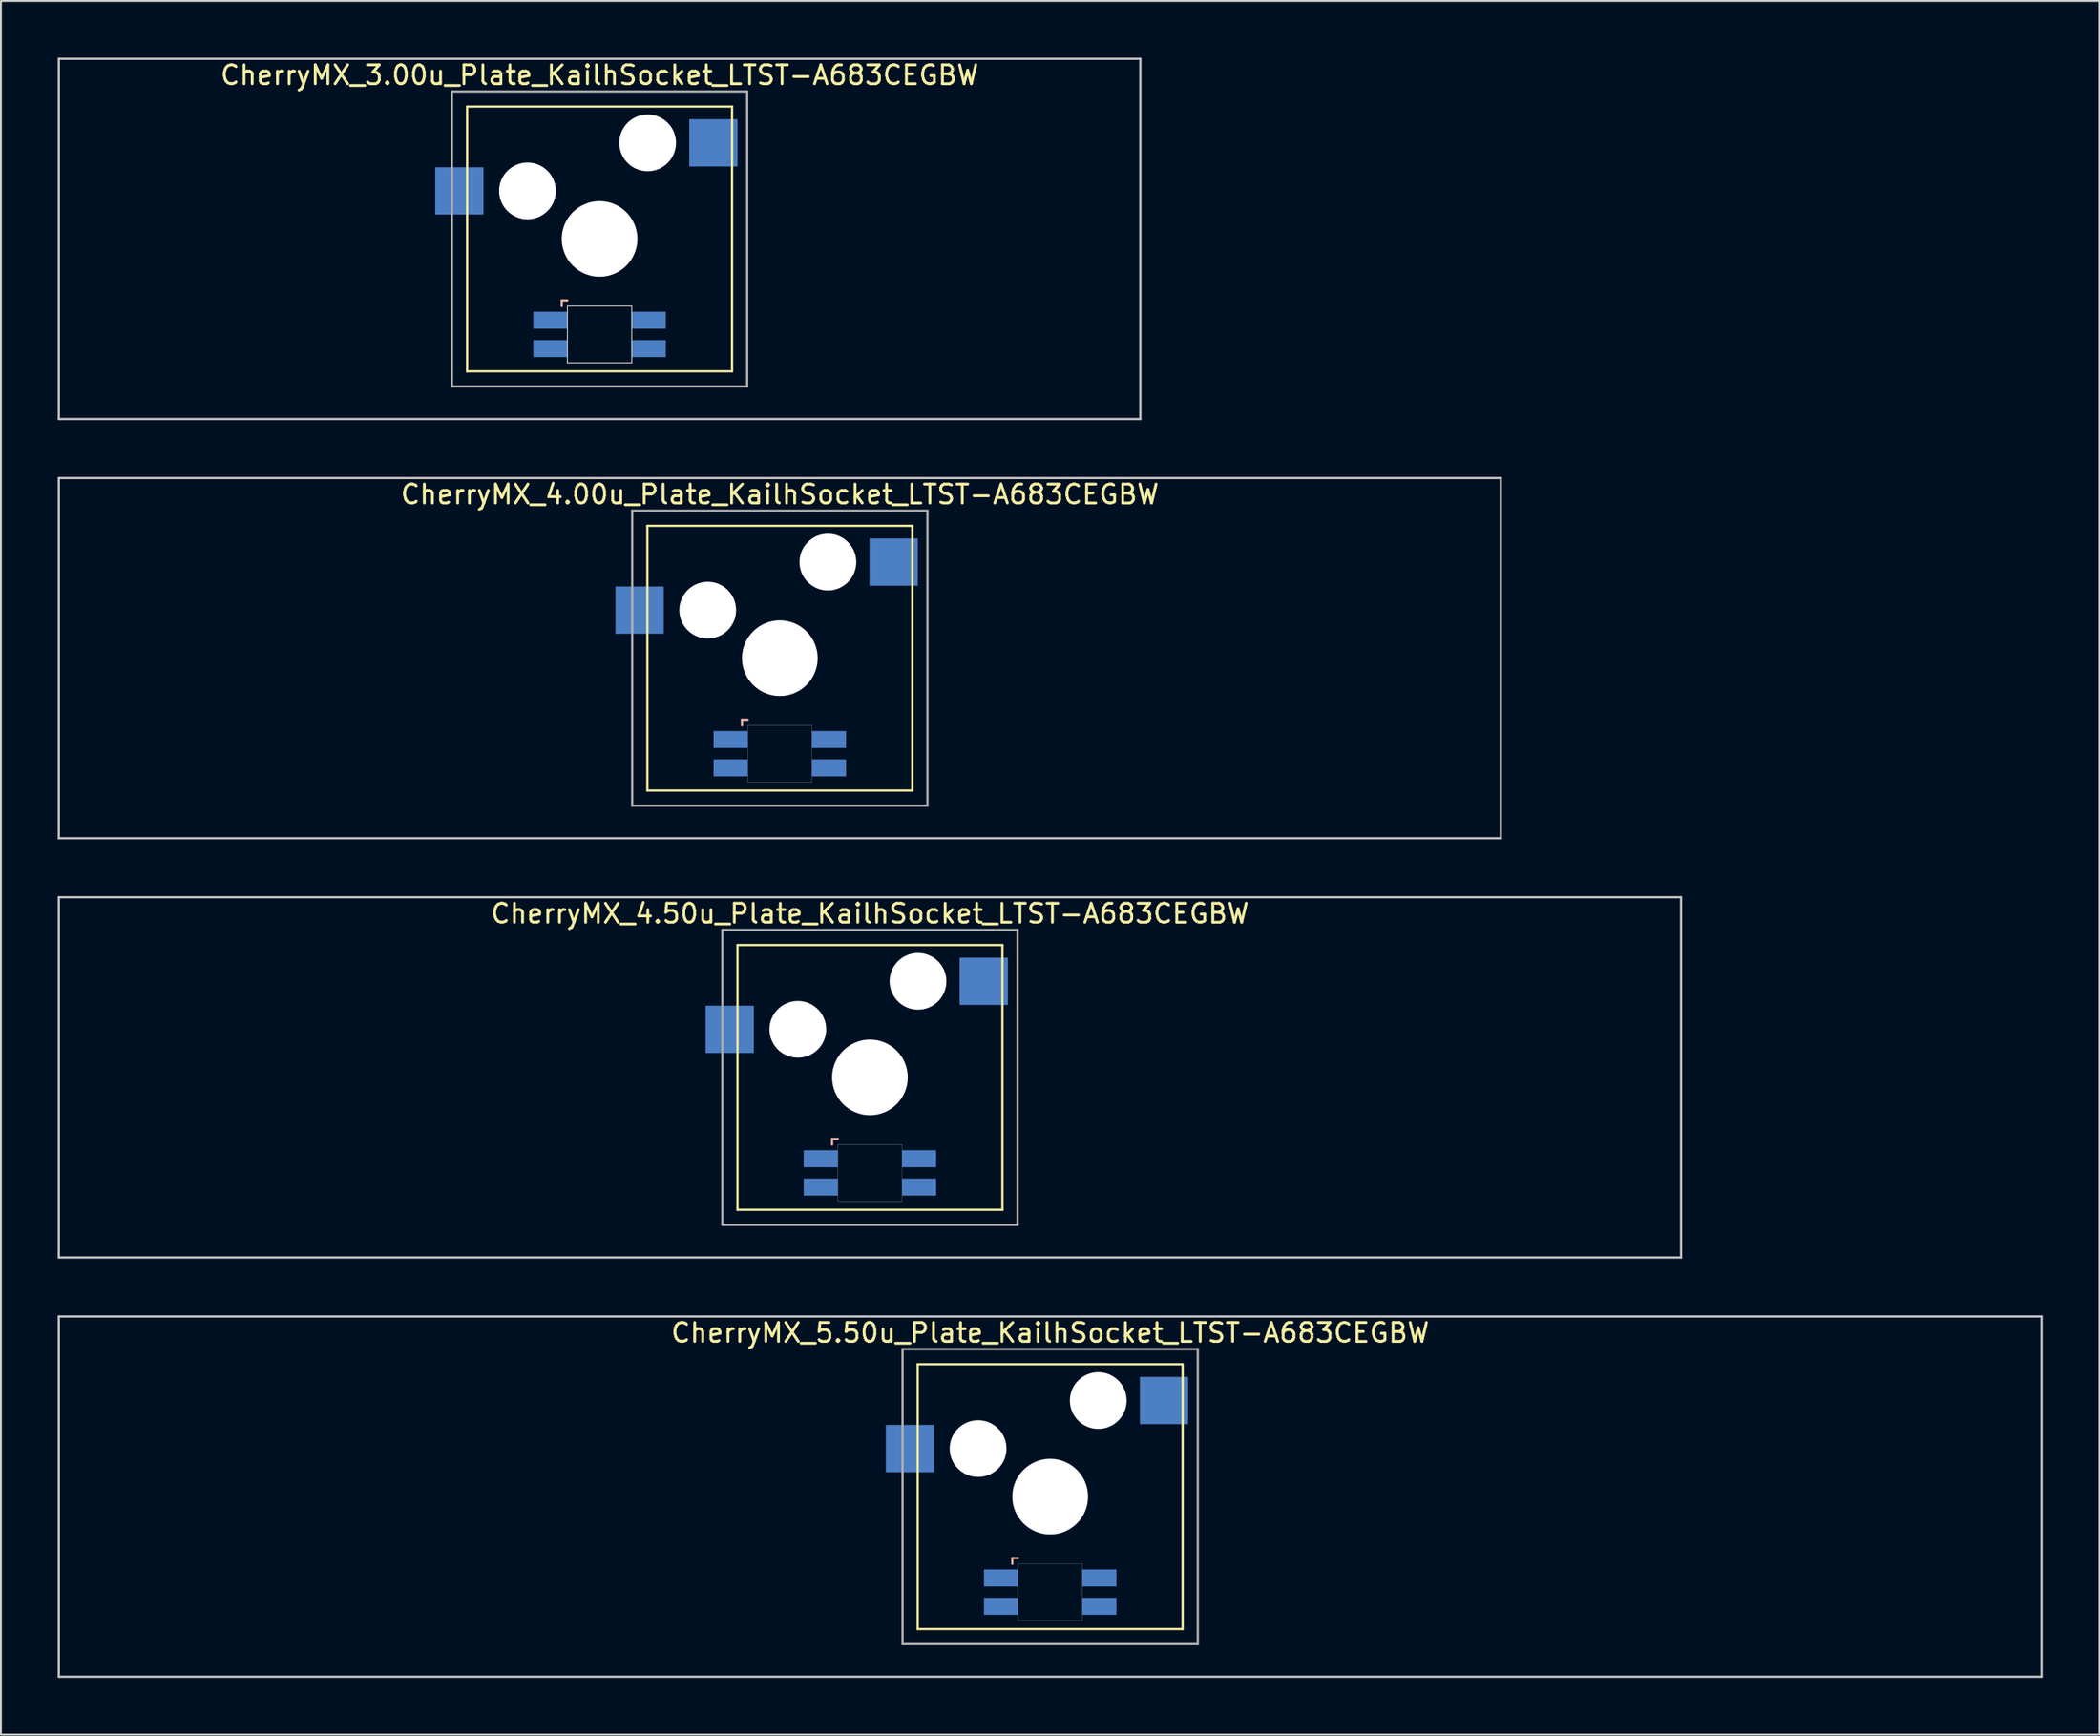
<source format=kicad_pcb>
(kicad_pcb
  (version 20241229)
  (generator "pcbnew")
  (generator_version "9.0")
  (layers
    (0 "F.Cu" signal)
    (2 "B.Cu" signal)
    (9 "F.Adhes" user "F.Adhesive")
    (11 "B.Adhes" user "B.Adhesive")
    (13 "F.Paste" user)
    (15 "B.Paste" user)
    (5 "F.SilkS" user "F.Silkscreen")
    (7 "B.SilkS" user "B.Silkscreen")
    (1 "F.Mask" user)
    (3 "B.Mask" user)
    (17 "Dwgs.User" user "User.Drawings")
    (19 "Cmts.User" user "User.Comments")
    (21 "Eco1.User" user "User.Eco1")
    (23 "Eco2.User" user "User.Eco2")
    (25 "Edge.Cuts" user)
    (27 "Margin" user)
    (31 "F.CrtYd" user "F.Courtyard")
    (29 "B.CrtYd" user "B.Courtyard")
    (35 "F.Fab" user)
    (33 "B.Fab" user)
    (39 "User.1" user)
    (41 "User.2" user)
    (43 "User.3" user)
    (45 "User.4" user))
  (footprint "CherryMX_3.00u_Plate_KailhSocket_LTST-A683CEGBW"
    (layer "F.Cu")
    (at 28.635 9.585)
    (property "Reference" "CherryMX_3.00u_Plate_KailhSocket_LTST-A683CEGBW" (at 0 -8.662 0) (layer "F.SilkS") (effects (font (size 1 1) (thickness 0.15))))
    (attr through_hole)
    (fp_line (start -7 -7) (end -7 7) (stroke (width 0.12) (type solid)) (layer "F.SilkS"))
    (fp_line (start -7 -7) (end 7 -7) (stroke (width 0.12) (type solid)) (layer "F.SilkS"))
    (fp_line (start 7 -7) (end 7 7) (stroke (width 0.12) (type solid)) (layer "F.SilkS"))
    (fp_line (start 7 7) (end -7 7) (stroke (width 0.12) (type solid)) (layer "F.SilkS"))
    (fp_line (start -2 3.25) (end -2 3.55) (stroke (width 0.12) (type solid)) (layer "B.SilkS"))
    (fp_line (start -1.7 3.25) (end -2 3.25) (stroke (width 0.12) (type solid)) (layer "B.SilkS"))
    (fp_line (start -28.575 -9.525) (end 28.575 -9.525) (stroke (width 0.12) (type solid)) (layer "Dwgs.User"))
    (fp_line (start -28.575 9.525) (end -28.575 -9.525) (stroke (width 0.12) (type solid)) (layer "Dwgs.User"))
    (fp_line (start 28.575 -9.525) (end 28.575 9.525) (stroke (width 0.12) (type solid)) (layer "Dwgs.User"))
    (fp_line (start 28.575 9.525) (end -28.575 9.525) (stroke (width 0.12) (type solid)) (layer "Dwgs.User"))
    (fp_line (start -1.7 3.55) (end 1.7 3.55) (stroke (width 0.05) (type solid)) (layer "Edge.Cuts"))
    (fp_line (start -1.7 6.55) (end -1.7 3.55) (stroke (width 0.05) (type solid)) (layer "Edge.Cuts"))
    (fp_line (start 1.7 3.55) (end 1.7 6.55) (stroke (width 0.05) (type solid)) (layer "Edge.Cuts"))
    (fp_line (start 1.7 6.55) (end -1.7 6.55) (stroke (width 0.05) (type solid)) (layer "Edge.Cuts"))
    (fp_line (start -7.8 -7.8) (end -7.8 7.8) (stroke (width 0.12) (type solid)) (layer "F.Fab"))
    (fp_line (start -7.8 -7.8) (end 7.8 -7.8) (stroke (width 0.12) (type solid)) (layer "F.Fab"))
    (fp_line (start -7.8 7.8) (end 7.8 7.8) (stroke (width 0.12) (type solid)) (layer "F.Fab"))
    (fp_line (start 7.8 -7.8) (end 7.8 7.8) (stroke (width 0.12) (type solid)) (layer "F.Fab"))
    (pad "" np_thru_hole circle (at -3.81 -2.54) (size 3 3) (drill 3) (layers "*.Cu" "*.Mask"))
    (pad "" np_thru_hole circle (at 0 0) (size 4 4) (drill 4) (layers "*.Cu" "*.Mask"))
    (pad "" np_thru_hole circle (at 2.54 -5.08) (size 3 3) (drill 3) (layers "*.Cu" "*.Mask"))
    (pad "1" smd rect (at -7.41 -2.54) (size 2.55 2.5) (layers "B.Cu" "B.Mask" "B.Paste"))
    (pad "2" smd rect (at 6.015 -5.08) (size 2.55 2.5) (layers "B.Cu" "B.Mask" "B.Paste"))
    (pad "3" smd rect (at -2.6 4.3) (size 1.8 0.9) (layers "B.Cu" "B.Mask" "B.Paste"))
    (pad "4" smd rect (at -2.6 5.8) (size 1.8 0.9) (layers "B.Cu" "B.Mask" "B.Paste"))
    (pad "5" smd rect (at 2.6 4.3) (size 1.8 0.9) (layers "B.Cu" "B.Mask" "B.Paste"))
    (pad "6" smd rect (at 2.6 5.8) (size 1.8 0.9) (layers "B.Cu" "B.Mask" "B.Paste")))
  (footprint "CherryMX_5.50u_Plate_KailhSocket_LTST-A683CEGBW"
    (layer "F.Cu")
    (at 52.447 76.095)
    (property "Reference" "CherryMX_5.50u_Plate_KailhSocket_LTST-A683CEGBW" (at 0 -8.662 0) (layer "F.SilkS") (effects (font (size 1 1) (thickness 0.15))))
    (attr through_hole)
    (fp_line (start -7 -7) (end -7 7) (stroke (width 0.12) (type solid)) (layer "F.SilkS"))
    (fp_line (start -7 -7) (end 7 -7) (stroke (width 0.12) (type solid)) (layer "F.SilkS"))
    (fp_line (start 7 -7) (end 7 7) (stroke (width 0.12) (type solid)) (layer "F.SilkS"))
    (fp_line (start 7 7) (end -7 7) (stroke (width 0.12) (type solid)) (layer "F.SilkS"))
    (fp_line (start -2 3.25) (end -2 3.55) (stroke (width 0.12) (type solid)) (layer "B.SilkS"))
    (fp_line (start -1.7 3.25) (end -2 3.25) (stroke (width 0.12) (type solid)) (layer "B.SilkS"))
    (fp_line (start -52.388 -9.525) (end 52.388 -9.525) (stroke (width 0.12) (type solid)) (layer "Dwgs.User"))
    (fp_line (start -52.388 9.525) (end -52.388 -9.525) (stroke (width 0.12) (type solid)) (layer "Dwgs.User"))
    (fp_line (start 52.388 -9.525) (end 52.388 9.525) (stroke (width 0.12) (type solid)) (layer "Dwgs.User"))
    (fp_line (start 52.388 9.525) (end -52.388 9.525) (stroke (width 0.12) (type solid)) (layer "Dwgs.User"))
    (fp_poly (pts (xy 1.7 6.55) (xy -1.7 6.55) (xy -1.7 3.55) (xy 1.7 3.55)) (stroke (width 0.01) (type solid)) (fill no) (layer "Edge.Cuts"))
    (fp_line (start -7.8 -7.8) (end -7.8 7.8) (stroke (width 0.12) (type solid)) (layer "F.Fab"))
    (fp_line (start -7.8 -7.8) (end 7.8 -7.8) (stroke (width 0.12) (type solid)) (layer "F.Fab"))
    (fp_line (start -7.8 7.8) (end 7.8 7.8) (stroke (width 0.12) (type solid)) (layer "F.Fab"))
    (fp_line (start 7.8 -7.8) (end 7.8 7.8) (stroke (width 0.12) (type solid)) (layer "F.Fab"))
    (pad "" np_thru_hole circle (at -3.81 -2.54) (size 3 3) (drill 3) (layers "*.Cu" "*.Mask"))
    (pad "" np_thru_hole circle (at 0 0) (size 4 4) (drill 4) (layers "*.Cu" "*.Mask"))
    (pad "" np_thru_hole circle (at 2.54 -5.08) (size 3 3) (drill 3) (layers "*.Cu" "*.Mask"))
    (pad "1" smd rect (at -7.41 -2.54) (size 2.55 2.5) (layers "B.Cu" "B.Mask" "B.Paste"))
    (pad "2" smd rect (at 6.015 -5.08) (size 2.55 2.5) (layers "B.Cu" "B.Mask" "B.Paste"))
    (pad "3" smd rect (at -2.6 4.3) (size 1.8 0.9) (layers "B.Cu" "B.Mask" "B.Paste"))
    (pad "4" smd rect (at -2.6 5.8) (size 1.8 0.9) (layers "B.Cu" "B.Mask" "B.Paste"))
    (pad "5" smd rect (at 2.6 4.3) (size 1.8 0.9) (layers "B.Cu" "B.Mask" "B.Paste"))
    (pad "6" smd rect (at 2.6 5.8) (size 1.8 0.9) (layers "B.Cu" "B.Mask" "B.Paste")))
  (footprint "CherryMX_4.00u_Plate_KailhSocket_LTST-A683CEGBW"
    (layer "F.Cu")
    (at 38.16 31.755)
    (property "Reference" "CherryMX_4.00u_Plate_KailhSocket_LTST-A683CEGBW" (at 0 -8.662 0) (layer "F.SilkS") (effects (font (size 1 1) (thickness 0.15))))
    (attr through_hole)
    (fp_line (start -7 -7) (end -7 7) (stroke (width 0.12) (type solid)) (layer "F.SilkS"))
    (fp_line (start -7 -7) (end 7 -7) (stroke (width 0.12) (type solid)) (layer "F.SilkS"))
    (fp_line (start 7 -7) (end 7 7) (stroke (width 0.12) (type solid)) (layer "F.SilkS"))
    (fp_line (start 7 7) (end -7 7) (stroke (width 0.12) (type solid)) (layer "F.SilkS"))
    (fp_line (start -2 3.25) (end -2 3.55) (stroke (width 0.12) (type solid)) (layer "B.SilkS"))
    (fp_line (start -1.7 3.25) (end -2 3.25) (stroke (width 0.12) (type solid)) (layer "B.SilkS"))
    (fp_line (start -38.1 -9.525) (end 38.1 -9.525) (stroke (width 0.12) (type solid)) (layer "Dwgs.User"))
    (fp_line (start -38.1 9.525) (end -38.1 -9.525) (stroke (width 0.12) (type solid)) (layer "Dwgs.User"))
    (fp_line (start 38.1 -9.525) (end 38.1 9.525) (stroke (width 0.12) (type solid)) (layer "Dwgs.User"))
    (fp_line (start 38.1 9.525) (end -38.1 9.525) (stroke (width 0.12) (type solid)) (layer "Dwgs.User"))
    (fp_poly (pts (xy 1.7 6.55) (xy -1.7 6.55) (xy -1.7 3.55) (xy 1.7 3.55)) (stroke (width 0.01) (type solid)) (fill no) (layer "Edge.Cuts"))
    (fp_line (start -7.8 -7.8) (end -7.8 7.8) (stroke (width 0.12) (type solid)) (layer "F.Fab"))
    (fp_line (start -7.8 -7.8) (end 7.8 -7.8) (stroke (width 0.12) (type solid)) (layer "F.Fab"))
    (fp_line (start -7.8 7.8) (end 7.8 7.8) (stroke (width 0.12) (type solid)) (layer "F.Fab"))
    (fp_line (start 7.8 -7.8) (end 7.8 7.8) (stroke (width 0.12) (type solid)) (layer "F.Fab"))
    (pad "" np_thru_hole circle (at -3.81 -2.54) (size 3 3) (drill 3) (layers "*.Cu" "*.Mask"))
    (pad "" np_thru_hole circle (at 0 0) (size 4 4) (drill 4) (layers "*.Cu" "*.Mask"))
    (pad "" np_thru_hole circle (at 2.54 -5.08) (size 3 3) (drill 3) (layers "*.Cu" "*.Mask"))
    (pad "1" smd rect (at -7.41 -2.54) (size 2.55 2.5) (layers "B.Cu" "B.Mask" "B.Paste"))
    (pad "2" smd rect (at 6.015 -5.08) (size 2.55 2.5) (layers "B.Cu" "B.Mask" "B.Paste"))
    (pad "3" smd rect (at -2.6 4.3) (size 1.8 0.9) (layers "B.Cu" "B.Mask" "B.Paste"))
    (pad "4" smd rect (at -2.6 5.8) (size 1.8 0.9) (layers "B.Cu" "B.Mask" "B.Paste"))
    (pad "5" smd rect (at 2.6 4.3) (size 1.8 0.9) (layers "B.Cu" "B.Mask" "B.Paste"))
    (pad "6" smd rect (at 2.6 5.8) (size 1.8 0.9) (layers "B.Cu" "B.Mask" "B.Paste")))
  (footprint "CherryMX_4.50u_Plate_KailhSocket_LTST-A683CEGBW"
    (layer "F.Cu")
    (at 42.922 53.925)
    (property "Reference" "CherryMX_4.50u_Plate_KailhSocket_LTST-A683CEGBW" (at 0 -8.662 0) (layer "F.SilkS") (effects (font (size 1 1) (thickness 0.15))))
    (attr through_hole)
    (fp_line (start -7 -7) (end -7 7) (stroke (width 0.12) (type solid)) (layer "F.SilkS"))
    (fp_line (start -7 -7) (end 7 -7) (stroke (width 0.12) (type solid)) (layer "F.SilkS"))
    (fp_line (start 7 -7) (end 7 7) (stroke (width 0.12) (type solid)) (layer "F.SilkS"))
    (fp_line (start 7 7) (end -7 7) (stroke (width 0.12) (type solid)) (layer "F.SilkS"))
    (fp_line (start -2 3.25) (end -2 3.55) (stroke (width 0.12) (type solid)) (layer "B.SilkS"))
    (fp_line (start -1.7 3.25) (end -2 3.25) (stroke (width 0.12) (type solid)) (layer "B.SilkS"))
    (fp_line (start -42.862 -9.525) (end 42.862 -9.525) (stroke (width 0.12) (type solid)) (layer "Dwgs.User"))
    (fp_line (start -42.862 9.525) (end -42.862 -9.525) (stroke (width 0.12) (type solid)) (layer "Dwgs.User"))
    (fp_line (start 42.862 -9.525) (end 42.862 9.525) (stroke (width 0.12) (type solid)) (layer "Dwgs.User"))
    (fp_line (start 42.862 9.525) (end -42.862 9.525) (stroke (width 0.12) (type solid)) (layer "Dwgs.User"))
    (fp_poly (pts (xy 1.7 6.55) (xy -1.7 6.55) (xy -1.7 3.55) (xy 1.7 3.55)) (stroke (width 0.01) (type solid)) (fill no) (layer "Edge.Cuts"))
    (fp_line (start -7.8 -7.8) (end -7.8 7.8) (stroke (width 0.12) (type solid)) (layer "F.Fab"))
    (fp_line (start -7.8 -7.8) (end 7.8 -7.8) (stroke (width 0.12) (type solid)) (layer "F.Fab"))
    (fp_line (start -7.8 7.8) (end 7.8 7.8) (stroke (width 0.12) (type solid)) (layer "F.Fab"))
    (fp_line (start 7.8 -7.8) (end 7.8 7.8) (stroke (width 0.12) (type solid)) (layer "F.Fab"))
    (pad "" np_thru_hole circle (at -3.81 -2.54) (size 3 3) (drill 3) (layers "*.Cu" "*.Mask"))
    (pad "" np_thru_hole circle (at 0 0) (size 4 4) (drill 4) (layers "*.Cu" "*.Mask"))
    (pad "" np_thru_hole circle (at 2.54 -5.08) (size 3 3) (drill 3) (layers "*.Cu" "*.Mask"))
    (pad "1" smd rect (at -7.41 -2.54) (size 2.55 2.5) (layers "B.Cu" "B.Mask" "B.Paste"))
    (pad "2" smd rect (at 6.015 -5.08) (size 2.55 2.5) (layers "B.Cu" "B.Mask" "B.Paste"))
    (pad "3" smd rect (at -2.6 4.3) (size 1.8 0.9) (layers "B.Cu" "B.Mask" "B.Paste"))
    (pad "4" smd rect (at -2.6 5.8) (size 1.8 0.9) (layers "B.Cu" "B.Mask" "B.Paste"))
    (pad "5" smd rect (at 2.6 4.3) (size 1.8 0.9) (layers "B.Cu" "B.Mask" "B.Paste"))
    (pad "6" smd rect (at 2.6 5.8) (size 1.8 0.9) (layers "B.Cu" "B.Mask" "B.Paste")))
  (gr_rect
    (start -3 -3)
    (end 107.895 88.68)
    (stroke (width 0.1) (type default))
    (fill no)
    (layer "Edge.Cuts")))
</source>
